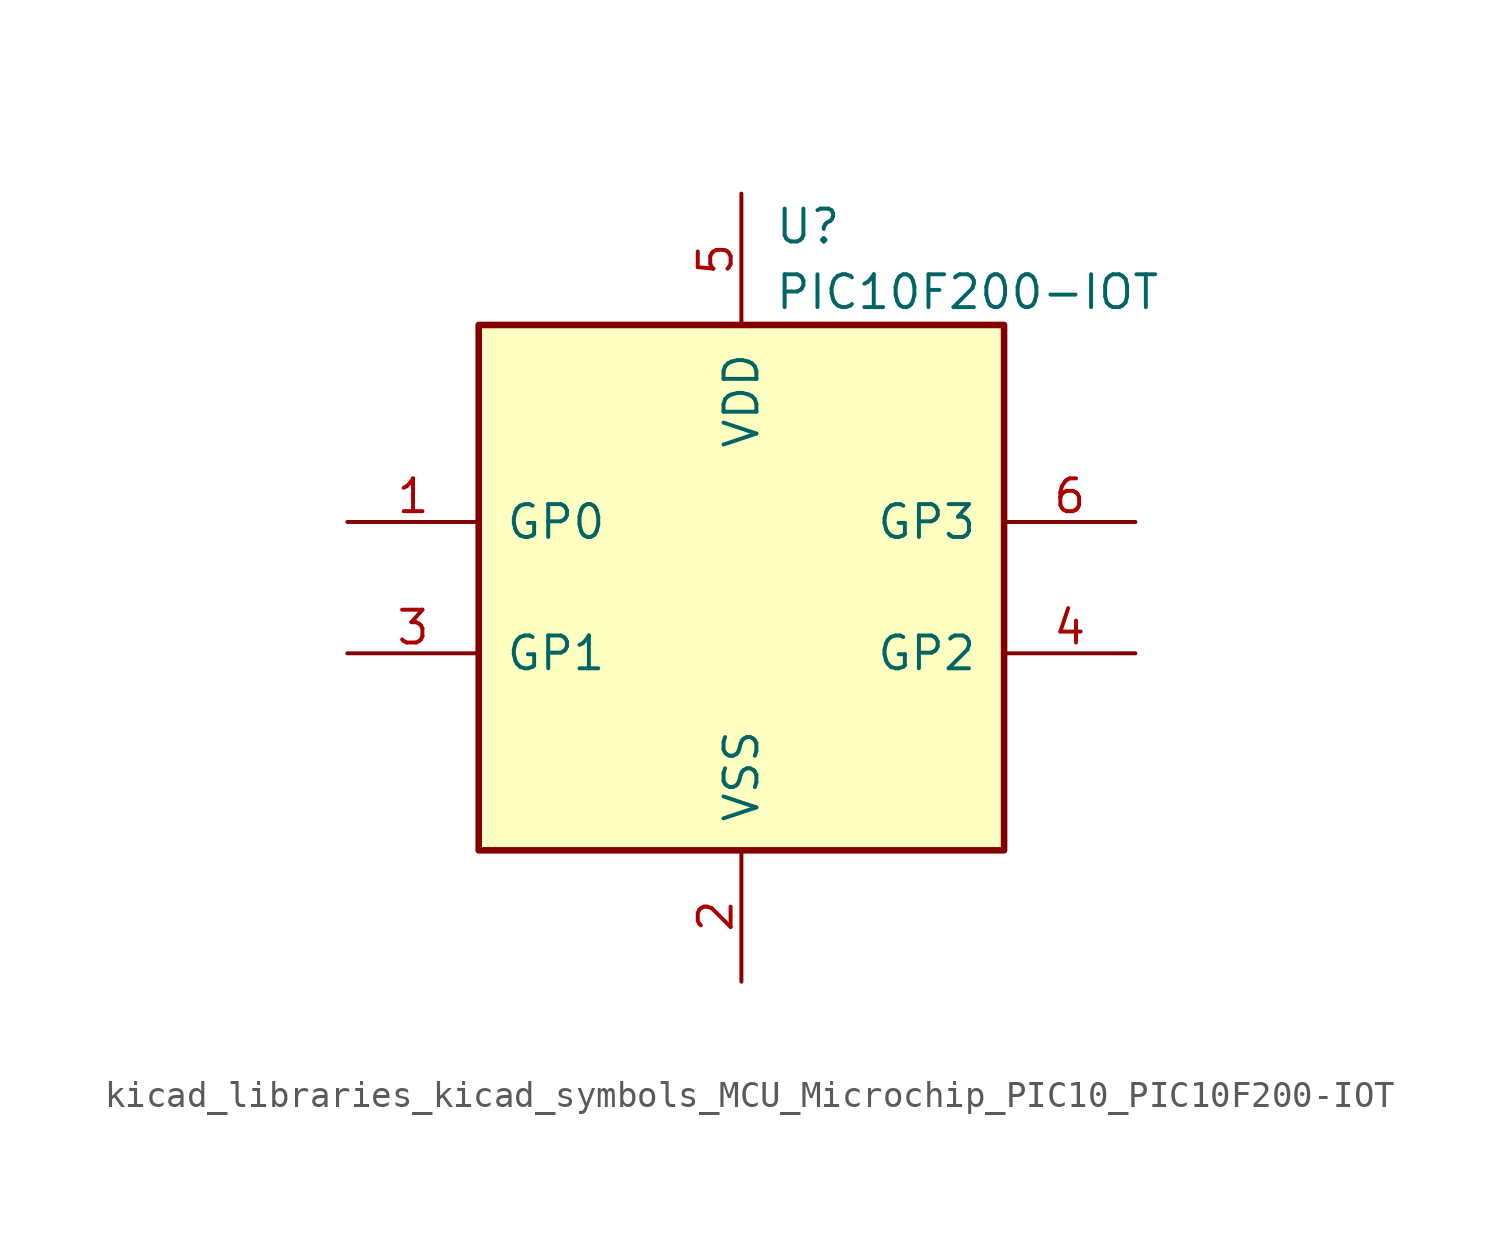
<source format=kicad_sym>
(kicad_symbol_lib
  (version 20220914)
  (generator kicad_symbol_editor)
  (symbol "kicad_libraries_kicad_symbols_MCU_Microchip_PIC10_PIC10F200-IOT"
    (pin_names
      (offset 1.016))
    (property "Reference" "U"
      (at 1.27 13.97 0)
      (effects (font (size 1.27 1.27)) (justify left)))
    (property "Value" "PIC10F200-IOT"
      (at 1.27 11.43 0)
      (effects (font (size 1.27 1.27)) (justify left)))
    (symbol "kicad_libraries_kicad_symbols_MCU_Microchip_PIC10_PIC10F200-IOT_0_1"
      (rectangle (start -10.16 10.16) (end 10.16 -10.16) (stroke (width 0.254) (type default)) (fill (type background))))
    (symbol "kicad_libraries_kicad_symbols_MCU_Microchip_PIC10_PIC10F200-IOT_1_1"
      (pin bidirectional line (at -15.24 2.54 0) (length 5.08) (name "GP0" (effects (font (size 1.27 1.27)))) (number "1" (effects (font (size 1.27 1.27)))))
      (pin power_in line (at 0 -15.24 90) (length 5.08) (name "VSS" (effects (font (size 1.27 1.27)))) (number "2" (effects (font (size 1.27 1.27)))))
      (pin bidirectional line (at -15.24 -2.54 0) (length 5.08) (name "GP1" (effects (font (size 1.27 1.27)))) (number "3" (effects (font (size 1.27 1.27)))))
      (pin bidirectional line (at 15.24 -2.54 180) (length 5.08) (name "GP2" (effects (font (size 1.27 1.27)))) (number "4" (effects (font (size 1.27 1.27)))))
      (pin power_in line (at 0 15.24 270) (length 5.08) (name "VDD" (effects (font (size 1.27 1.27)))) (number "5" (effects (font (size 1.27 1.27)))))
      (pin input line (at 15.24 2.54 180) (length 5.08) (name "GP3" (effects (font (size 1.27 1.27)))) (number "6" (effects (font (size 1.27 1.27))))))))
</source>
